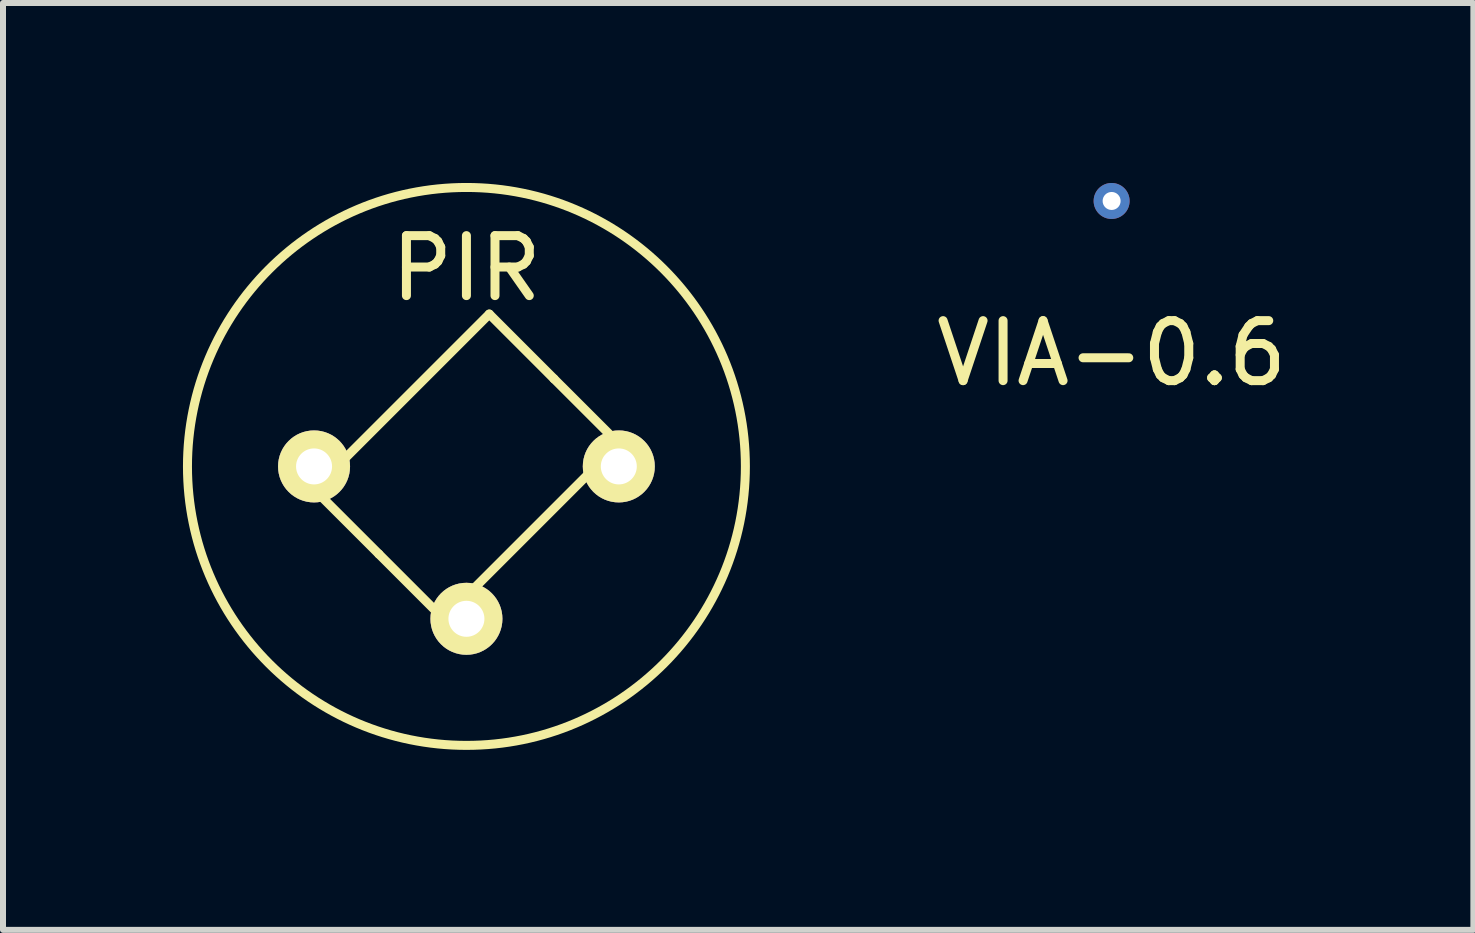
<source format=kicad_pcb>
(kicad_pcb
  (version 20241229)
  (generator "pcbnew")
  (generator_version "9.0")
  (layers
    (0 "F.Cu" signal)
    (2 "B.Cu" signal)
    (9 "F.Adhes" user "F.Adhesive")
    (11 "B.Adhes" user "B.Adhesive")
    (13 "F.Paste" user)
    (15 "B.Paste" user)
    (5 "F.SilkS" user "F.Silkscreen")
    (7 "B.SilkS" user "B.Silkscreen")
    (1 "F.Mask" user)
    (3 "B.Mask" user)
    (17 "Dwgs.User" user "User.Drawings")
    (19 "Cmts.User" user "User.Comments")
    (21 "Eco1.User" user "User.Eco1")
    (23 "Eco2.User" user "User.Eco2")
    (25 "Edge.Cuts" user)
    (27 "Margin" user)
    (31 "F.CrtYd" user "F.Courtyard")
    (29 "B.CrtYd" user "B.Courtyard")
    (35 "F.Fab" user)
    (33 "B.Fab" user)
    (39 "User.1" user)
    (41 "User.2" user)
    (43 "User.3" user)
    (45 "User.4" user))
  (footprint "PIR"
    (layer "F.Cu")
    (at 4.725 4.725)
    (property "Reference" "PIR" (at 0 -3.302 0) (layer "F.SilkS") (effects (font (size 1 1) (thickness 0.15))))
    (attr through_hole)
    (fp_line (start -2.54 0.381) (end 0.381 -2.54) (stroke (width 0.15) (type solid)) (layer "F.SilkS"))
    (fp_line (start -1.46 1.46) (end -2.54 0.381) (stroke (width 0.15) (type solid)) (layer "F.SilkS"))
    (fp_line (start -0.381 2.54) (end -1.46 1.46) (stroke (width 0.15) (type solid)) (layer "F.SilkS"))
    (fp_line (start -0.381 2.54) (end 2.54 -0.381) (stroke (width 0.15) (type solid)) (layer "F.SilkS"))
    (fp_line (start 1.46 -1.46) (end 0.381 -2.54) (stroke (width 0.15) (type solid)) (layer "F.SilkS"))
    (fp_line (start 2.54 -0.381) (end 1.46 -1.46) (stroke (width 0.15) (type solid)) (layer "F.SilkS"))
    (fp_circle (center 0 0) (end 4.65 0) (stroke (width 0.15) (type solid)) (fill no) (layer "F.SilkS"))
    (pad "1" thru_hole circle (at 2.54 0) (size 1.2 1.2) (drill 0.6) (layers "*.Cu" "*.Mask" "F.SilkS"))
    (pad "2" thru_hole circle (at 0 2.54) (size 1.2 1.2) (drill 0.6) (layers "*.Cu" "*.Mask" "F.SilkS"))
    (pad "3" thru_hole circle (at -2.54 0) (size 1.2 1.2) (drill 0.6) (layers "*.Cu" "*.Mask" "F.SilkS")))
  (footprint "VIA-0.6"
    (layer "F.Cu")
    (at 15.48 0.3)
    (property "Reference" "VIA-0.6" (at 0 2.54 0) (layer "F.SilkS") (effects (font (size 1 1) (thickness 0.15))))
    (attr through_hole)
    (pad "1" thru_hole circle (at 0 0) (size 0.6 0.6) (drill 0.3) (layers "*.Cu")))
  (gr_rect
    (start -3 -3)
    (end 21.51 12.45)
    (stroke (width 0.1) (type default))
    (fill no)
    (layer "Edge.Cuts")))
</source>
